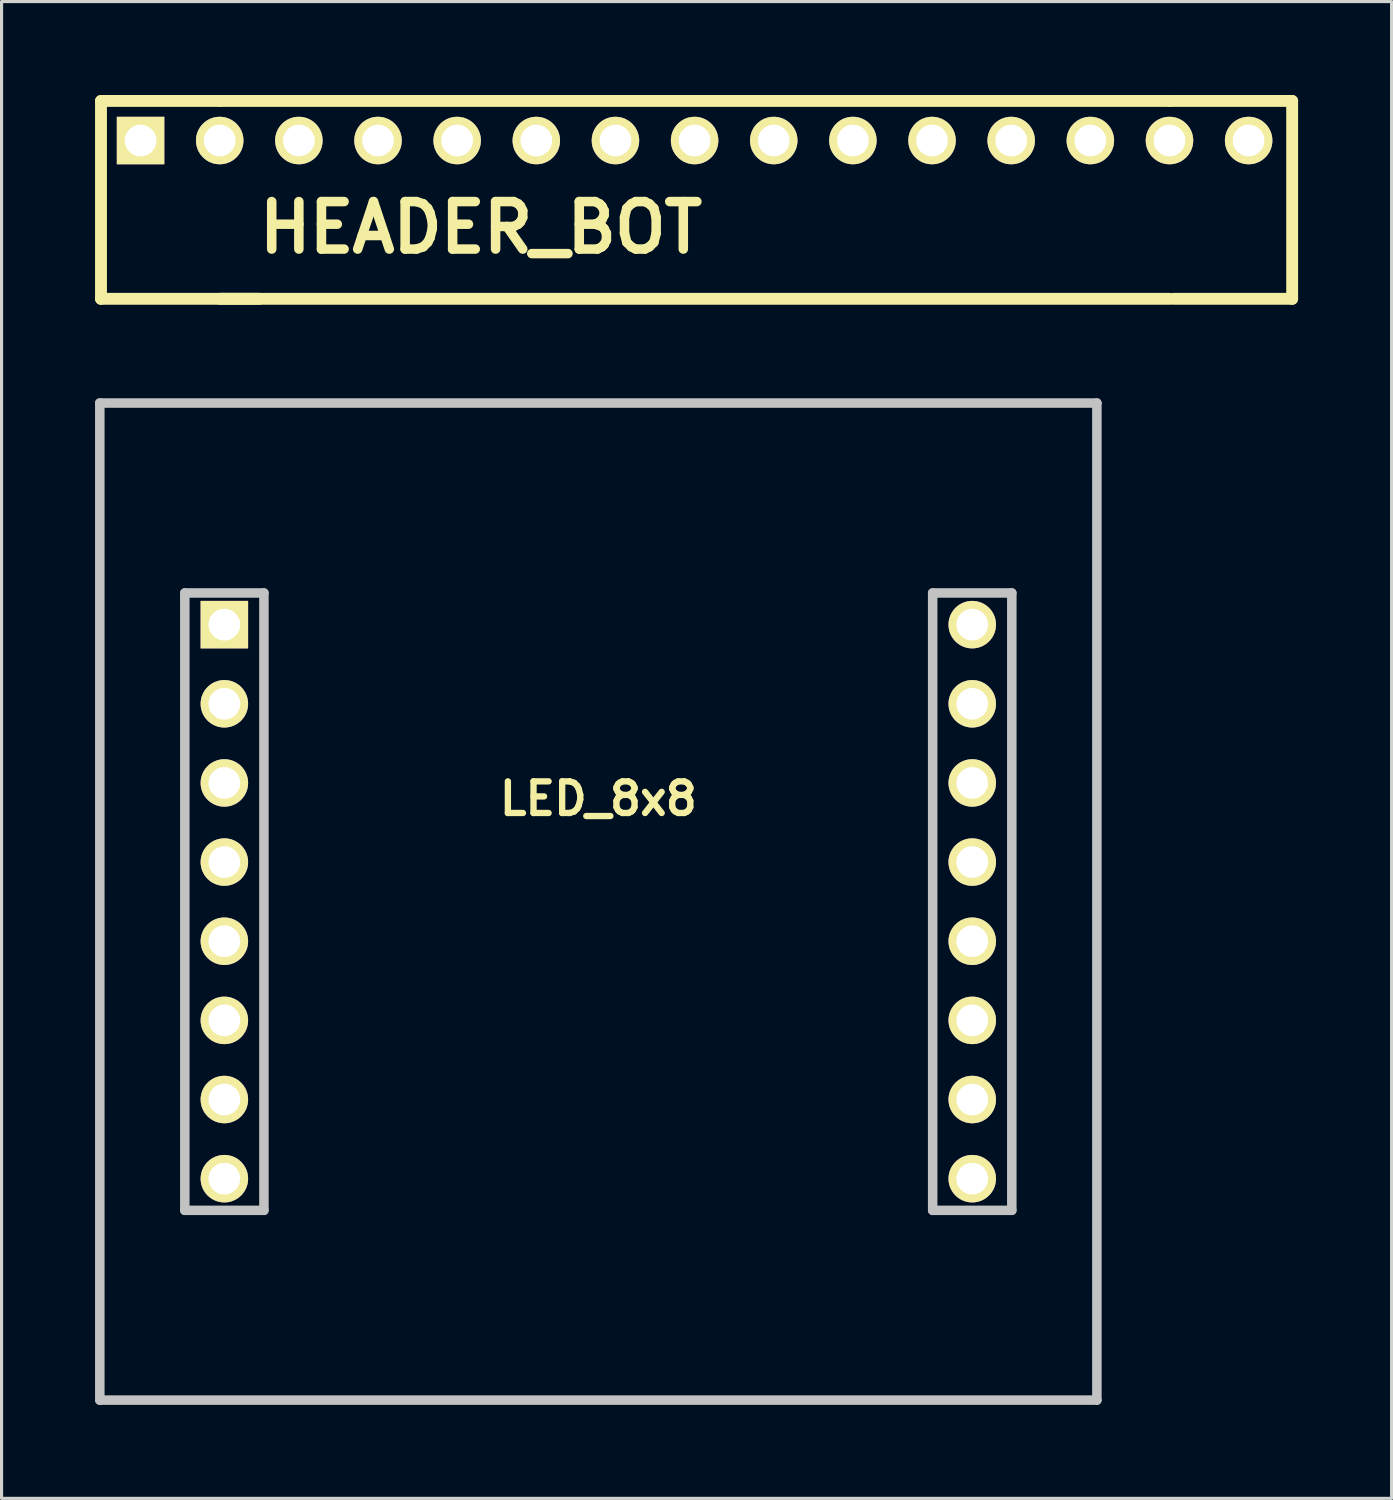
<source format=kicad_pcb>
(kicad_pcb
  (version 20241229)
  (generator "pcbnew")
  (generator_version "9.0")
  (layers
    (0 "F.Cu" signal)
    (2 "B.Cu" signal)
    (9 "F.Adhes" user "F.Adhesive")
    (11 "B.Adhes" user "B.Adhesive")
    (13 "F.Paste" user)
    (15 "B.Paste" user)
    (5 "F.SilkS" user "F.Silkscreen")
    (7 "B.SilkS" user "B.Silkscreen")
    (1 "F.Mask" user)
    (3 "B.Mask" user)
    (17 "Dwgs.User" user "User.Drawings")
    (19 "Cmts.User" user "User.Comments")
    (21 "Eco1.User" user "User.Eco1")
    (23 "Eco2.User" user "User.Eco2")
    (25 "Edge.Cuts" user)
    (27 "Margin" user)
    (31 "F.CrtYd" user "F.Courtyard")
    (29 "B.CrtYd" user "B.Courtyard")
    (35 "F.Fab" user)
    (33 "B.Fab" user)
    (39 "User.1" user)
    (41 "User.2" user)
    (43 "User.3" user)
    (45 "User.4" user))
  (footprint "LED_8x8"
    (layer "F.Cu")
    (at 16.152 25.883)
    (property "Reference" "LED_8x8" (at 0 -3.302 0) (layer "F.SilkS") (effects (font (size 1.016 1.016) (thickness 0.203))))
    (attr through_hole)
    (fp_line (start -15.999 -15.999) (end 15.999 -15.999) (stroke (width 0.305) (type solid)) (layer "Dwgs.User"))
    (fp_line (start -15.999 15.999) (end -15.999 -15.999) (stroke (width 0.305) (type solid)) (layer "Dwgs.User"))
    (fp_line (start -13.271 9.909) (end -13.271 -9.903) (stroke (width 0.305) (type solid)) (layer "Dwgs.User"))
    (fp_line (start -10.732 -9.903) (end -13.271 -9.903) (stroke (width 0.305) (type solid)) (layer "Dwgs.User"))
    (fp_line (start -10.732 -9.903) (end -10.732 9.909) (stroke (width 0.305) (type solid)) (layer "Dwgs.User"))
    (fp_line (start -10.732 9.909) (end -13.271 9.909) (stroke (width 0.305) (type solid)) (layer "Dwgs.User"))
    (fp_line (start 10.729 9.909) (end 10.729 -9.903) (stroke (width 0.305) (type solid)) (layer "Dwgs.User"))
    (fp_line (start 13.269 -9.903) (end 10.729 -9.903) (stroke (width 0.305) (type solid)) (layer "Dwgs.User"))
    (fp_line (start 13.269 -9.903) (end 13.269 9.909) (stroke (width 0.305) (type solid)) (layer "Dwgs.User"))
    (fp_line (start 13.269 9.909) (end 10.729 9.909) (stroke (width 0.305) (type solid)) (layer "Dwgs.User"))
    (fp_line (start 15.999 -15.999) (end 15.999 15.999) (stroke (width 0.305) (type solid)) (layer "Dwgs.User"))
    (fp_line (start 15.999 15.999) (end -15.999 15.999) (stroke (width 0.305) (type solid)) (layer "Dwgs.User"))
    (pad "1" thru_hole rect (at -12.002 -8.887 180) (size 1.524 1.524) (drill 1.016) (layers "*.Cu" "*.Mask" "F.SilkS"))
    (pad "2" thru_hole circle (at -12.002 -6.347 270) (size 1.524 1.524) (drill 1.016) (layers "*.Cu" "*.Mask" "F.SilkS"))
    (pad "3" thru_hole circle (at -12.002 -3.807 270) (size 1.524 1.524) (drill 1.016) (layers "*.Cu" "*.Mask" "F.SilkS"))
    (pad "4" thru_hole circle (at -12.002 -1.267 270) (size 1.524 1.524) (drill 1.016) (layers "*.Cu" "*.Mask" "F.SilkS"))
    (pad "5" thru_hole circle (at -12.002 1.273 270) (size 1.524 1.524) (drill 1.016) (layers "*.Cu" "*.Mask" "F.SilkS"))
    (pad "6" thru_hole circle (at -12.002 3.813 270) (size 1.524 1.524) (drill 1.016) (layers "*.Cu" "*.Mask" "F.SilkS"))
    (pad "7" thru_hole circle (at -12.002 6.353 270) (size 1.524 1.524) (drill 1.016) (layers "*.Cu" "*.Mask" "F.SilkS"))
    (pad "8" thru_hole circle (at -12.002 8.893 270) (size 1.524 1.524) (drill 1.016) (layers "*.Cu" "*.Mask" "F.SilkS"))
    (pad "9" thru_hole circle (at 11.999 8.893 270) (size 1.524 1.524) (drill 1.016) (layers "*.Cu" "*.Mask" "F.SilkS"))
    (pad "10" thru_hole circle (at 11.999 6.353 270) (size 1.524 1.524) (drill 1.016) (layers "*.Cu" "*.Mask" "F.SilkS"))
    (pad "11" thru_hole circle (at 11.999 3.813 270) (size 1.524 1.524) (drill 1.016) (layers "*.Cu" "*.Mask" "F.SilkS"))
    (pad "12" thru_hole circle (at 11.999 1.273 270) (size 1.524 1.524) (drill 1.016) (layers "*.Cu" "*.Mask" "F.SilkS"))
    (pad "13" thru_hole circle (at 11.999 -1.267 270) (size 1.524 1.524) (drill 1.016) (layers "*.Cu" "*.Mask" "F.SilkS"))
    (pad "14" thru_hole circle (at 11.999 -3.807 270) (size 1.524 1.524) (drill 1.016) (layers "*.Cu" "*.Mask" "F.SilkS"))
    (pad "15" thru_hole circle (at 11.999 -6.347 270) (size 1.524 1.524) (drill 1.016) (layers "*.Cu" "*.Mask" "F.SilkS"))
    (pad "16" thru_hole circle (at 11.999 -8.887 180) (size 1.524 1.524) (drill 1.016) (layers "*.Cu" "*.Mask" "F.SilkS")))
  (footprint "HEADER_BOT"
    (layer "F.Cu")
    (at 19.241 1.46)
    (property "Reference" "HEADER_BOT" (at -6.858 2.794 0) (layer "F.SilkS") (effects (font (size 1.524 1.524) (thickness 0.305))))
    (attr through_hole)
    (fp_line (start -19.05 -1.27) (end -19.05 5.08) (stroke (width 0.381) (type solid)) (layer "F.SilkS"))
    (fp_line (start -19.05 5.08) (end -13.97 5.08) (stroke (width 0.381) (type solid)) (layer "F.SilkS"))
    (fp_line (start -15.24 -1.27) (end -19.05 -1.27) (stroke (width 0.381) (type solid)) (layer "F.SilkS"))
    (fp_line (start -15.24 -1.27) (end 15.24 -1.27) (stroke (width 0.381) (type solid)) (layer "F.SilkS"))
    (fp_line (start -15.24 5.08) (end 15.24 5.08) (stroke (width 0.381) (type solid)) (layer "F.SilkS"))
    (fp_line (start 15.24 -1.27) (end 19.177 -1.27) (stroke (width 0.381) (type solid)) (layer "F.SilkS"))
    (fp_line (start 15.367 5.08) (end 19.177 5.08) (stroke (width 0.381) (type solid)) (layer "F.SilkS"))
    (fp_line (start 19.177 -1.27) (end 19.177 5.08) (stroke (width 0.381) (type solid)) (layer "F.SilkS"))
    (pad "1" thru_hole rect (at -17.78 0) (size 1.524 1.524) (drill 1.016) (layers "*.Cu" "*.Mask" "F.SilkS"))
    (pad "2" thru_hole circle (at -15.24 0) (size 1.524 1.524) (drill 1.016) (layers "*.Cu" "*.Mask" "F.SilkS"))
    (pad "3" thru_hole circle (at -12.7 0) (size 1.524 1.524) (drill 1.016) (layers "*.Cu" "*.Mask" "F.SilkS"))
    (pad "4" thru_hole circle (at -10.16 0) (size 1.524 1.524) (drill 1.016) (layers "*.Cu" "*.Mask" "F.SilkS"))
    (pad "5" thru_hole circle (at -7.62 0) (size 1.524 1.524) (drill 1.016) (layers "*.Cu" "*.Mask" "F.SilkS"))
    (pad "6" thru_hole circle (at -5.08 0) (size 1.524 1.524) (drill 1.016) (layers "*.Cu" "*.Mask" "F.SilkS"))
    (pad "7" thru_hole circle (at -2.54 0) (size 1.524 1.524) (drill 1.016) (layers "*.Cu" "*.Mask" "F.SilkS"))
    (pad "8" thru_hole circle (at 0 0) (size 1.524 1.524) (drill 1.016) (layers "*.Cu" "*.Mask" "F.SilkS"))
    (pad "9" thru_hole circle (at 2.54 0) (size 1.524 1.524) (drill 1.016) (layers "*.Cu" "*.Mask" "F.SilkS"))
    (pad "10" thru_hole circle (at 5.08 0) (size 1.524 1.524) (drill 1.016) (layers "*.Cu" "*.Mask" "F.SilkS"))
    (pad "11" thru_hole circle (at 7.62 0) (size 1.524 1.524) (drill 1.016) (layers "*.Cu" "*.Mask" "F.SilkS"))
    (pad "12" thru_hole circle (at 10.16 0) (size 1.524 1.524) (drill 1.016) (layers "*.Cu" "*.Mask" "F.SilkS"))
    (pad "13" thru_hole circle (at 12.7 0) (size 1.524 1.524) (drill 1.016) (layers "*.Cu" "*.Mask" "F.SilkS"))
    (pad "14" thru_hole circle (at 15.24 0) (size 1.524 1.524) (drill 1.016) (layers "*.Cu" "*.Mask" "F.SilkS"))
    (pad "15" thru_hole circle (at 17.78 0) (size 1.524 1.524) (drill 1.016) (layers "*.Cu" "*.Mask" "F.SilkS")))
  (gr_rect
    (start -3 -3)
    (end 41.608 45.035)
    (stroke (width 0.1) (type default))
    (fill no)
    (layer "Edge.Cuts")))
</source>
